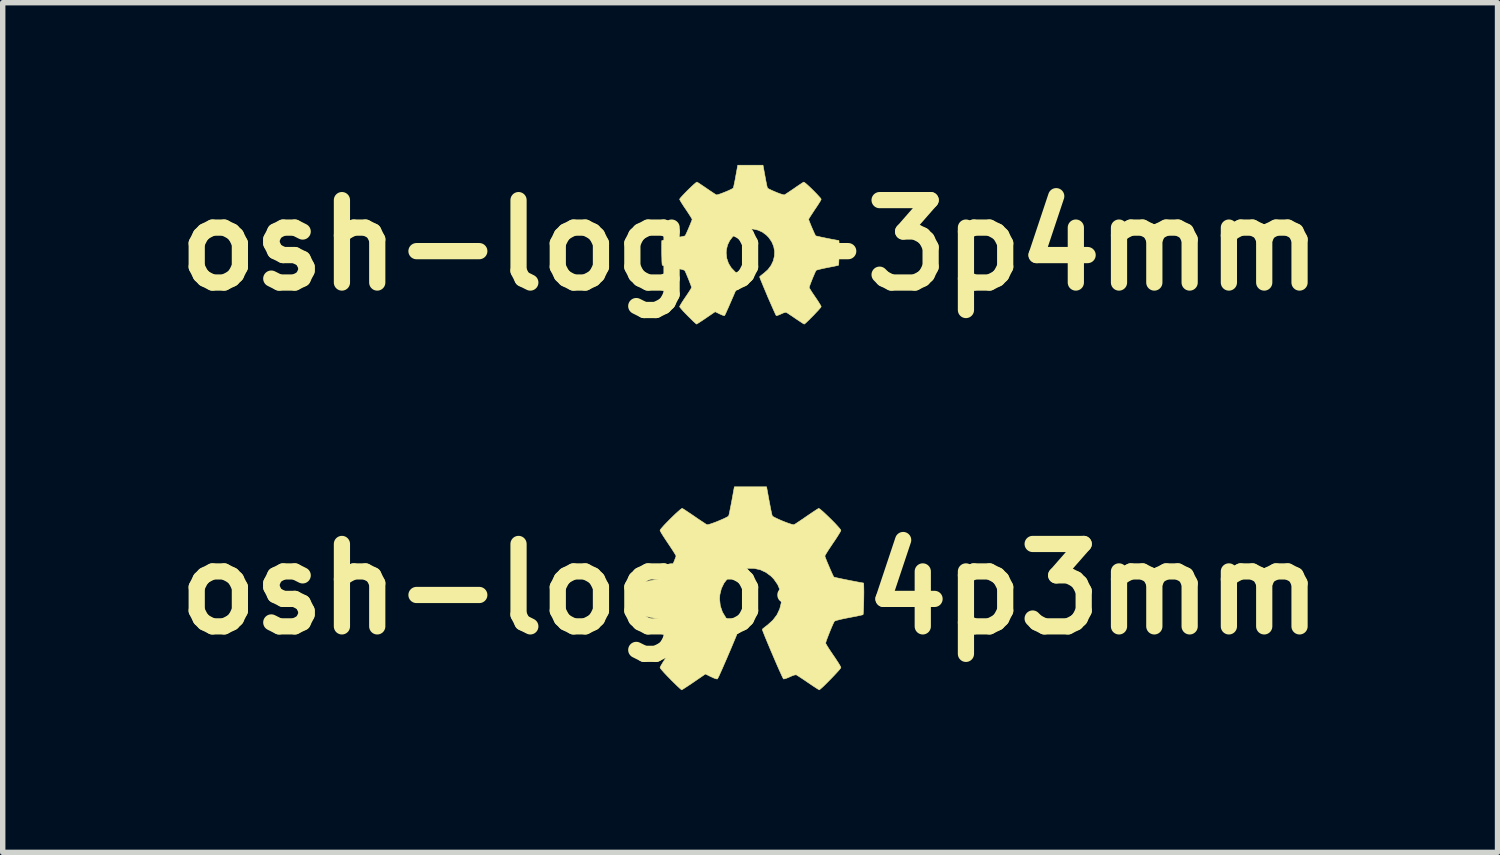
<source format=kicad_pcb>
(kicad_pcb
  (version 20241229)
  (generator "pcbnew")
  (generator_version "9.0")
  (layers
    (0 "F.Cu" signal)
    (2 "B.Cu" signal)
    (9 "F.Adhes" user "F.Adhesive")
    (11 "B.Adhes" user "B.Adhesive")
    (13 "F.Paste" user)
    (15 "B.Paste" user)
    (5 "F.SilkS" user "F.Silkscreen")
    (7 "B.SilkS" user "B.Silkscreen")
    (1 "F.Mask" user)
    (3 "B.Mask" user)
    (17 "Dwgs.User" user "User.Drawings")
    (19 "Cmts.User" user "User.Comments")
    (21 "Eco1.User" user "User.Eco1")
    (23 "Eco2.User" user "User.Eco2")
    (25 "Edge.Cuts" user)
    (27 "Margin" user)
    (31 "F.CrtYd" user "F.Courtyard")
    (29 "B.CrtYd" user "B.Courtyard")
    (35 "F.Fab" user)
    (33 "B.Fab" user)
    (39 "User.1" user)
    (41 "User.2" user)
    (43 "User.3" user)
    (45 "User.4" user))
  (footprint "osh-logo-4p3mm"
    (layer "F.Cu")
    (at 10.82 7.843)
    (property "Reference" "osh-logo-4p3mm" (at 0 0 0) (layer "F.SilkS") (effects (font (size 1.524 1.524) (thickness 0.3))))
    (attr through_hole)
    (fp_poly (pts (xy 0.352 -1.633) (xy 0.368 -1.55) (xy 0.382 -1.476) (xy 0.395 -1.415) (xy 0.405 -1.372) (xy 0.411 -1.353) (xy 0.428 -1.339) (xy 0.466 -1.319) (xy 0.519 -1.294) (xy 0.58 -1.267) (xy 0.644 -1.241) (xy 0.706 -1.218) (xy 0.758 -1.201) (xy 0.796 -1.191) (xy 0.811 -1.19) (xy 0.829 -1.2) (xy 0.866 -1.224) (xy 0.917 -1.258) (xy 0.98 -1.3) (xy 1.04 -1.342) (xy 1.108 -1.388) (xy 1.17 -1.43) (xy 1.219 -1.462) (xy 1.254 -1.484) (xy 1.268 -1.493) (xy 1.283 -1.485) (xy 1.314 -1.461) (xy 1.357 -1.424) (xy 1.408 -1.376) (xy 1.463 -1.323) (xy 1.519 -1.268) (xy 1.572 -1.214) (xy 1.618 -1.164) (xy 1.653 -1.124) (xy 1.675 -1.096) (xy 1.679 -1.086) (xy 1.672 -1.068) (xy 1.65 -1.03) (xy 1.618 -0.978) (xy 1.577 -0.915) (xy 1.531 -0.847) (xy 1.484 -0.777) (xy 1.443 -0.715) (xy 1.411 -0.664) (xy 1.39 -0.628) (xy 1.383 -0.612) (xy 1.388 -0.593) (xy 1.403 -0.554) (xy 1.424 -0.501) (xy 1.45 -0.44) (xy 1.477 -0.377) (xy 1.503 -0.318) (xy 1.525 -0.269) (xy 1.542 -0.235) (xy 1.549 -0.223) (xy 1.565 -0.218) (xy 1.603 -0.209) (xy 1.658 -0.197) (xy 1.725 -0.183) (xy 1.8 -0.168) (xy 1.876 -0.153) (xy 1.948 -0.139) (xy 2.012 -0.127) (xy 2.061 -0.118) (xy 2.092 -0.113) (xy 2.097 -0.113) (xy 2.1 -0.1) (xy 2.102 -0.063) (xy 2.103 -0.009) (xy 2.104 0.059) (xy 2.103 0.134) (xy 2.102 0.213) (xy 2.1 0.289) (xy 2.098 0.358) (xy 2.095 0.415) (xy 2.092 0.455) (xy 2.089 0.472) (xy 2.089 0.473) (xy 2.071 0.478) (xy 2.03 0.487) (xy 1.971 0.5) (xy 1.898 0.514) (xy 1.826 0.528) (xy 1.744 0.544) (xy 1.671 0.56) (xy 1.613 0.575) (xy 1.575 0.587) (xy 1.56 0.594) (xy 1.549 0.614) (xy 1.53 0.654) (xy 1.506 0.709) (xy 1.48 0.772) (xy 1.454 0.837) (xy 1.43 0.899) (xy 1.411 0.95) (xy 1.4 0.987) (xy 1.397 0.999) (xy 1.405 1.017) (xy 1.426 1.053) (xy 1.458 1.104) (xy 1.499 1.166) (xy 1.538 1.223) (xy 1.584 1.291) (xy 1.624 1.352) (xy 1.655 1.402) (xy 1.674 1.437) (xy 1.679 1.451) (xy 1.67 1.467) (xy 1.644 1.499) (xy 1.605 1.542) (xy 1.557 1.594) (xy 1.503 1.65) (xy 1.448 1.706) (xy 1.395 1.759) (xy 1.348 1.805) (xy 1.31 1.839) (xy 1.286 1.859) (xy 1.279 1.863) (xy 1.264 1.855) (xy 1.23 1.834) (xy 1.181 1.802) (xy 1.121 1.762) (xy 1.071 1.728) (xy 1.005 1.683) (xy 0.945 1.643) (xy 0.897 1.612) (xy 0.864 1.591) (xy 0.852 1.585) (xy 0.829 1.587) (xy 0.789 1.599) (xy 0.74 1.62) (xy 0.734 1.623) (xy 0.685 1.644) (xy 0.644 1.658) (xy 0.62 1.662) (xy 0.618 1.662) (xy 0.61 1.648) (xy 0.592 1.612) (xy 0.567 1.557) (xy 0.535 1.487) (xy 0.499 1.405) (xy 0.46 1.315) (xy 0.42 1.221) (xy 0.379 1.126) (xy 0.341 1.035) (xy 0.305 0.949) (xy 0.274 0.874) (xy 0.25 0.813) (xy 0.233 0.769) (xy 0.226 0.747) (xy 0.226 0.745) (xy 0.236 0.733) (xy 0.265 0.709) (xy 0.305 0.678) (xy 0.324 0.664) (xy 0.422 0.575) (xy 0.497 0.476) (xy 0.548 0.368) (xy 0.576 0.255) (xy 0.579 0.14) (xy 0.557 0.026) (xy 0.511 -0.083) (xy 0.44 -0.185) (xy 0.389 -0.238) (xy 0.292 -0.31) (xy 0.187 -0.358) (xy 0.079 -0.382) (xy -0.031 -0.384) (xy -0.138 -0.365) (xy -0.24 -0.327) (xy -0.334 -0.271) (xy -0.415 -0.198) (xy -0.482 -0.111) (xy -0.531 -0.01) (xy -0.559 0.104) (xy -0.564 0.183) (xy -0.551 0.309) (xy -0.511 0.426) (xy -0.446 0.533) (xy -0.354 0.628) (xy -0.31 0.664) (xy -0.266 0.697) (xy -0.232 0.725) (xy -0.213 0.742) (xy -0.212 0.745) (xy -0.217 0.764) (xy -0.232 0.804) (xy -0.255 0.863) (xy -0.285 0.936) (xy -0.32 1.019) (xy -0.358 1.11) (xy -0.399 1.205) (xy -0.439 1.299) (xy -0.479 1.39) (xy -0.515 1.473) (xy -0.548 1.546) (xy -0.574 1.604) (xy -0.594 1.643) (xy -0.604 1.661) (xy -0.604 1.662) (xy -0.626 1.66) (xy -0.665 1.647) (xy -0.713 1.625) (xy -0.725 1.62) (xy -0.826 1.57) (xy -1.039 1.716) (xy -1.108 1.763) (xy -1.169 1.803) (xy -1.218 1.835) (xy -1.251 1.856) (xy -1.265 1.863) (xy -1.279 1.853) (xy -1.308 1.827) (xy -1.352 1.786) (xy -1.405 1.734) (xy -1.465 1.675) (xy -1.471 1.668) (xy -1.531 1.607) (xy -1.584 1.551) (xy -1.626 1.504) (xy -1.654 1.47) (xy -1.665 1.451) (xy -1.665 1.451) (xy -1.657 1.432) (xy -1.636 1.394) (xy -1.604 1.342) (xy -1.563 1.28) (xy -1.524 1.223) (xy -1.478 1.155) (xy -1.439 1.095) (xy -1.408 1.046) (xy -1.388 1.013) (xy -1.383 0.999) (xy -1.388 0.978) (xy -1.402 0.936) (xy -1.423 0.881) (xy -1.448 0.817) (xy -1.474 0.752) (xy -1.5 0.691) (xy -1.522 0.64) (xy -1.539 0.606) (xy -1.546 0.594) (xy -1.566 0.585) (xy -1.608 0.573) (xy -1.669 0.558) (xy -1.744 0.542) (xy -1.812 0.528) (xy -1.893 0.512) (xy -1.964 0.498) (xy -2.022 0.486) (xy -2.06 0.477) (xy -2.074 0.473) (xy -2.078 0.457) (xy -2.081 0.419) (xy -2.084 0.364) (xy -2.086 0.295) (xy -2.088 0.219) (xy -2.089 0.141) (xy -2.089 0.065) (xy -2.089 -0.003) (xy -2.088 -0.059) (xy -2.086 -0.097) (xy -2.084 -0.113) (xy -2.083 -0.113) (xy -2.061 -0.116) (xy -2.018 -0.123) (xy -1.959 -0.134) (xy -1.89 -0.147) (xy -1.815 -0.162) (xy -1.739 -0.177) (xy -1.668 -0.192) (xy -1.608 -0.205) (xy -1.563 -0.215) (xy -1.538 -0.222) (xy -1.535 -0.223) (xy -1.525 -0.24) (xy -1.507 -0.278) (xy -1.483 -0.33) (xy -1.457 -0.391) (xy -1.43 -0.454) (xy -1.405 -0.513) (xy -1.385 -0.564) (xy -1.372 -0.599) (xy -1.369 -0.612) (xy -1.376 -0.629) (xy -1.398 -0.665) (xy -1.43 -0.716) (xy -1.471 -0.778) (xy -1.517 -0.847) (xy -1.564 -0.917) (xy -1.605 -0.98) (xy -1.637 -1.031) (xy -1.658 -1.068) (xy -1.665 -1.086) (xy -1.656 -1.104) (xy -1.629 -1.136) (xy -1.59 -1.18) (xy -1.541 -1.231) (xy -1.487 -1.286) (xy -1.431 -1.341) (xy -1.377 -1.393) (xy -1.328 -1.437) (xy -1.289 -1.471) (xy -1.262 -1.49) (xy -1.254 -1.493) (xy -1.236 -1.482) (xy -1.2 -1.459) (xy -1.149 -1.425) (xy -1.086 -1.383) (xy -1.026 -1.342) (xy -0.958 -1.295) (xy -0.896 -1.254) (xy -0.846 -1.221) (xy -0.811 -1.198) (xy -0.797 -1.19) (xy -0.775 -1.192) (xy -0.734 -1.204) (xy -0.679 -1.223) (xy -0.617 -1.246) (xy -0.553 -1.273) (xy -0.493 -1.299) (xy -0.443 -1.323) (xy -0.408 -1.342) (xy -0.397 -1.353) (xy -0.39 -1.374) (xy -0.38 -1.417) (xy -0.368 -1.479) (xy -0.353 -1.554) (xy -0.338 -1.633) (xy -0.291 -1.891) (xy 0.305 -1.891) (xy 0.352 -1.633)) (stroke (width 0.01) (type solid)) (fill yes) (layer "F.SilkS")))
  (footprint "osh-logo-3p4mm"
    (layer "F.Cu")
    (at 10.82 1.485)
    (property "Reference" "osh-logo-3p4mm" (at 0 0 0) (layer "F.SilkS") (effects (font (size 1.524 1.524) (thickness 0.3))))
    (attr through_hole)
    (fp_poly (pts (xy 0.276 -1.278) (xy 0.288 -1.213) (xy 0.299 -1.155) (xy 0.309 -1.107) (xy 0.317 -1.074) (xy 0.321 -1.059) (xy 0.335 -1.048) (xy 0.365 -1.032) (xy 0.406 -1.013) (xy 0.454 -0.992) (xy 0.504 -0.971) (xy 0.552 -0.953) (xy 0.593 -0.94) (xy 0.623 -0.932) (xy 0.635 -0.931) (xy 0.649 -0.94) (xy 0.677 -0.958) (xy 0.718 -0.985) (xy 0.767 -1.018) (xy 0.814 -1.05) (xy 0.867 -1.087) (xy 0.915 -1.119) (xy 0.954 -1.145) (xy 0.981 -1.162) (xy 0.992 -1.168) (xy 1.004 -1.162) (xy 1.029 -1.143) (xy 1.062 -1.114) (xy 1.102 -1.077) (xy 1.145 -1.036) (xy 1.189 -0.992) (xy 1.23 -0.95) (xy 1.266 -0.911) (xy 1.294 -0.88) (xy 1.311 -0.858) (xy 1.314 -0.85) (xy 1.308 -0.836) (xy 1.292 -0.806) (xy 1.266 -0.765) (xy 1.234 -0.716) (xy 1.198 -0.663) (xy 1.162 -0.608) (xy 1.13 -0.559) (xy 1.105 -0.52) (xy 1.088 -0.492) (xy 1.082 -0.479) (xy 1.087 -0.464) (xy 1.098 -0.434) (xy 1.115 -0.392) (xy 1.134 -0.345) (xy 1.156 -0.295) (xy 1.176 -0.249) (xy 1.194 -0.21) (xy 1.207 -0.184) (xy 1.213 -0.174) (xy 1.225 -0.171) (xy 1.254 -0.164) (xy 1.298 -0.154) (xy 1.35 -0.143) (xy 1.408 -0.131) (xy 1.468 -0.119) (xy 1.524 -0.108) (xy 1.574 -0.099) (xy 1.613 -0.092) (xy 1.637 -0.089) (xy 1.641 -0.088) (xy 1.644 -0.078) (xy 1.645 -0.049) (xy 1.646 -0.007) (xy 1.646 0.046) (xy 1.646 0.105) (xy 1.645 0.167) (xy 1.644 0.226) (xy 1.642 0.28) (xy 1.64 0.325) (xy 1.637 0.356) (xy 1.635 0.37) (xy 1.634 0.37) (xy 1.621 0.374) (xy 1.589 0.381) (xy 1.542 0.391) (xy 1.485 0.402) (xy 1.429 0.413) (xy 1.365 0.426) (xy 1.308 0.439) (xy 1.263 0.45) (xy 1.232 0.459) (xy 1.221 0.465) (xy 1.212 0.481) (xy 1.197 0.512) (xy 1.179 0.555) (xy 1.158 0.604) (xy 1.138 0.655) (xy 1.119 0.703) (xy 1.104 0.744) (xy 1.095 0.772) (xy 1.093 0.782) (xy 1.099 0.796) (xy 1.116 0.824) (xy 1.141 0.864) (xy 1.173 0.912) (xy 1.204 0.957) (xy 1.24 1.01) (xy 1.271 1.058) (xy 1.295 1.097) (xy 1.31 1.124) (xy 1.314 1.136) (xy 1.307 1.148) (xy 1.286 1.173) (xy 1.256 1.207) (xy 1.218 1.247) (xy 1.177 1.291) (xy 1.133 1.335) (xy 1.092 1.377) (xy 1.055 1.412) (xy 1.025 1.44) (xy 1.006 1.455) (xy 1.001 1.458) (xy 0.989 1.452) (xy 0.962 1.435) (xy 0.924 1.41) (xy 0.877 1.379) (xy 0.838 1.353) (xy 0.786 1.317) (xy 0.739 1.286) (xy 0.702 1.261) (xy 0.676 1.245) (xy 0.667 1.24) (xy 0.649 1.242) (xy 0.617 1.251) (xy 0.579 1.268) (xy 0.574 1.27) (xy 0.536 1.287) (xy 0.504 1.298) (xy 0.485 1.301) (xy 0.484 1.3) (xy 0.477 1.29) (xy 0.463 1.261) (xy 0.444 1.218) (xy 0.419 1.163) (xy 0.391 1.099) (xy 0.36 1.029) (xy 0.328 0.956) (xy 0.297 0.881) (xy 0.267 0.81) (xy 0.239 0.743) (xy 0.215 0.684) (xy 0.195 0.636) (xy 0.182 0.602) (xy 0.177 0.584) (xy 0.177 0.583) (xy 0.185 0.574) (xy 0.207 0.555) (xy 0.239 0.53) (xy 0.254 0.519) (xy 0.331 0.45) (xy 0.389 0.372) (xy 0.429 0.288) (xy 0.45 0.199) (xy 0.453 0.109) (xy 0.436 0.02) (xy 0.4 -0.065) (xy 0.345 -0.144) (xy 0.304 -0.186) (xy 0.228 -0.243) (xy 0.146 -0.28) (xy 0.061 -0.299) (xy -0.024 -0.3) (xy -0.108 -0.286) (xy -0.188 -0.256) (xy -0.261 -0.212) (xy -0.325 -0.155) (xy -0.377 -0.087) (xy -0.416 -0.007) (xy -0.438 0.082) (xy -0.442 0.143) (xy -0.431 0.242) (xy -0.4 0.334) (xy -0.349 0.417) (xy -0.277 0.492) (xy -0.243 0.519) (xy -0.208 0.546) (xy -0.181 0.567) (xy -0.167 0.581) (xy -0.166 0.583) (xy -0.17 0.598) (xy -0.182 0.629) (xy -0.2 0.675) (xy -0.223 0.732) (xy -0.25 0.798) (xy -0.28 0.869) (xy -0.312 0.943) (xy -0.344 1.017) (xy -0.375 1.088) (xy -0.403 1.153) (xy -0.429 1.21) (xy -0.449 1.255) (xy -0.464 1.286) (xy -0.472 1.3) (xy -0.473 1.301) (xy -0.49 1.299) (xy -0.52 1.289) (xy -0.558 1.272) (xy -0.567 1.268) (xy -0.646 1.229) (xy -0.813 1.343) (xy -0.867 1.38) (xy -0.915 1.411) (xy -0.953 1.436) (xy -0.979 1.452) (xy -0.99 1.458) (xy -1.001 1.45) (xy -1.024 1.429) (xy -1.058 1.398) (xy -1.099 1.357) (xy -1.146 1.311) (xy -1.151 1.306) (xy -1.198 1.258) (xy -1.24 1.214) (xy -1.272 1.177) (xy -1.294 1.15) (xy -1.303 1.136) (xy -1.303 1.135) (xy -1.297 1.121) (xy -1.28 1.091) (xy -1.255 1.05) (xy -1.223 1.001) (xy -1.193 0.957) (xy -1.157 0.904) (xy -1.126 0.857) (xy -1.102 0.819) (xy -1.087 0.792) (xy -1.082 0.782) (xy -1.086 0.765) (xy -1.097 0.733) (xy -1.114 0.689) (xy -1.133 0.64) (xy -1.154 0.589) (xy -1.174 0.541) (xy -1.191 0.501) (xy -1.204 0.474) (xy -1.21 0.465) (xy -1.225 0.458) (xy -1.258 0.448) (xy -1.306 0.436) (xy -1.364 0.424) (xy -1.418 0.413) (xy -1.482 0.401) (xy -1.537 0.39) (xy -1.582 0.38) (xy -1.612 0.373) (xy -1.623 0.37) (xy -1.626 0.358) (xy -1.629 0.328) (xy -1.631 0.285) (xy -1.632 0.231) (xy -1.634 0.172) (xy -1.635 0.11) (xy -1.635 0.051) (xy -1.635 -0.003) (xy -1.634 -0.046) (xy -1.633 -0.076) (xy -1.631 -0.088) (xy -1.63 -0.088) (xy -1.613 -0.09) (xy -1.58 -0.096) (xy -1.533 -0.105) (xy -1.479 -0.115) (xy -1.42 -0.127) (xy -1.361 -0.139) (xy -1.306 -0.15) (xy -1.258 -0.16) (xy -1.223 -0.168) (xy -1.204 -0.173) (xy -1.202 -0.174) (xy -1.194 -0.188) (xy -1.179 -0.218) (xy -1.161 -0.258) (xy -1.14 -0.306) (xy -1.119 -0.355) (xy -1.1 -0.402) (xy -1.084 -0.441) (xy -1.074 -0.469) (xy -1.071 -0.479) (xy -1.077 -0.492) (xy -1.094 -0.52) (xy -1.119 -0.56) (xy -1.151 -0.609) (xy -1.187 -0.663) (xy -1.224 -0.717) (xy -1.256 -0.767) (xy -1.281 -0.807) (xy -1.297 -0.836) (xy -1.303 -0.85) (xy -1.296 -0.864) (xy -1.275 -0.889) (xy -1.244 -0.923) (xy -1.206 -0.963) (xy -1.164 -1.006) (xy -1.12 -1.049) (xy -1.077 -1.09) (xy -1.039 -1.125) (xy -1.009 -1.151) (xy -0.988 -1.166) (xy -0.981 -1.168) (xy -0.968 -1.16) (xy -0.939 -1.142) (xy -0.899 -1.115) (xy -0.85 -1.082) (xy -0.803 -1.05) (xy -0.749 -1.013) (xy -0.701 -0.981) (xy -0.662 -0.955) (xy -0.635 -0.938) (xy -0.623 -0.931) (xy -0.607 -0.933) (xy -0.575 -0.942) (xy -0.532 -0.957) (xy -0.483 -0.976) (xy -0.433 -0.996) (xy -0.386 -1.017) (xy -0.346 -1.036) (xy -0.32 -1.051) (xy -0.31 -1.059) (xy -0.306 -1.075) (xy -0.298 -1.109) (xy -0.288 -1.158) (xy -0.276 -1.216) (xy -0.265 -1.278) (xy -0.228 -1.48) (xy 0.239 -1.48) (xy 0.276 -1.278)) (stroke (width 0.01) (type solid)) (fill yes) (layer "F.SilkS")))
  (gr_rect
    (start -3 -3)
    (end 24.641 12.711)
    (stroke (width 0.1) (type default))
    (fill no)
    (layer "Edge.Cuts")))
</source>
